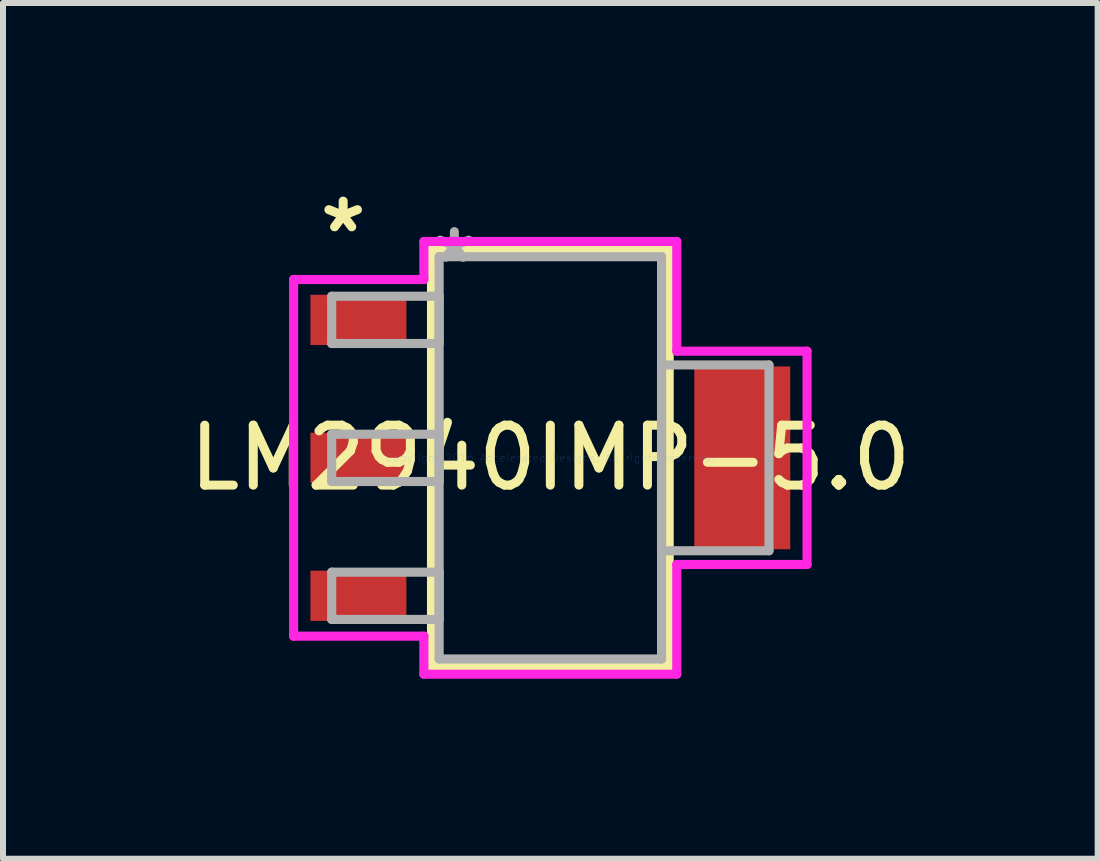
<source format=kicad_pcb>
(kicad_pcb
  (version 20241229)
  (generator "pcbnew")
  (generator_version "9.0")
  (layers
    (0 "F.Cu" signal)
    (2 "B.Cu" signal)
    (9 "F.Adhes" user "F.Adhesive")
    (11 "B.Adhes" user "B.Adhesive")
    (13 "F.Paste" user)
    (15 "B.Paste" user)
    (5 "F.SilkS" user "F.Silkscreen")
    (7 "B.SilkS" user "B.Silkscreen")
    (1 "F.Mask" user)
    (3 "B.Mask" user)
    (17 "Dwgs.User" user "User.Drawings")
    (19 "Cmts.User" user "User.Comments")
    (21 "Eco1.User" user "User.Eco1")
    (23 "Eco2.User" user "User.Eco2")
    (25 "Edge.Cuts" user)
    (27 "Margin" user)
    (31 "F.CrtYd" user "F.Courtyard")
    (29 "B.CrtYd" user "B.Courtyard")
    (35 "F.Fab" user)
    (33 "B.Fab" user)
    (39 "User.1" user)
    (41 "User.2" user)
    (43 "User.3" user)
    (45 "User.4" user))
  (footprint "LM2940IMP-5.0"
    (layer "F.Cu")
    (at 6.125 4.583)
    (property "Reference" "LM2940IMP-5.0" (at 0 0 0) (layer "F.SilkS") (effects (font (size 1 1) (thickness 0.15))))
    (attr through_hole)
    (fp_line (start -1.981 -3.48) (end -1.981 3.48) (stroke (width 0.152) (type solid)) (layer "F.SilkS"))
    (fp_line (start -1.981 3.48) (end 1.981 3.48) (stroke (width 0.152) (type solid)) (layer "F.SilkS"))
    (fp_line (start 1.981 -3.48) (end -1.981 -3.48) (stroke (width 0.152) (type solid)) (layer "F.SilkS"))
    (fp_line (start 1.981 3.48) (end 1.981 -3.48) (stroke (width 0.152) (type solid)) (layer "F.SilkS"))
    (fp_line (start -4.28 -2.973) (end -2.108 -2.973) (stroke (width 0.152) (type solid)) (layer "F.CrtYd"))
    (fp_line (start -4.28 2.973) (end -4.28 -2.973) (stroke (width 0.152) (type solid)) (layer "F.CrtYd"))
    (fp_line (start -2.108 -3.607) (end 2.108 -3.607) (stroke (width 0.152) (type solid)) (layer "F.CrtYd"))
    (fp_line (start -2.108 -2.973) (end -2.108 -3.607) (stroke (width 0.152) (type solid)) (layer "F.CrtYd"))
    (fp_line (start -2.108 2.973) (end -4.28 2.973) (stroke (width 0.152) (type solid)) (layer "F.CrtYd"))
    (fp_line (start -2.108 3.607) (end -2.108 2.973) (stroke (width 0.152) (type solid)) (layer "F.CrtYd"))
    (fp_line (start 2.108 -3.607) (end 2.108 -1.778) (stroke (width 0.152) (type solid)) (layer "F.CrtYd"))
    (fp_line (start 2.108 -1.778) (end 4.28 -1.778) (stroke (width 0.152) (type solid)) (layer "F.CrtYd"))
    (fp_line (start 2.108 1.778) (end 2.108 3.607) (stroke (width 0.152) (type solid)) (layer "F.CrtYd"))
    (fp_line (start 2.108 3.607) (end -2.108 3.607) (stroke (width 0.152) (type solid)) (layer "F.CrtYd"))
    (fp_line (start 4.28 -1.778) (end 4.28 1.778) (stroke (width 0.152) (type solid)) (layer "F.CrtYd"))
    (fp_line (start 4.28 1.778) (end 2.108 1.778) (stroke (width 0.152) (type solid)) (layer "F.CrtYd"))
    (fp_line (start -3.645 -2.694) (end -3.645 -1.906) (stroke (width 0.152) (type solid)) (layer "F.Fab"))
    (fp_line (start -3.645 -1.906) (end -1.854 -1.906) (stroke (width 0.152) (type solid)) (layer "F.Fab"))
    (fp_line (start -3.645 -0.394) (end -3.645 0.394) (stroke (width 0.152) (type solid)) (layer "F.Fab"))
    (fp_line (start -3.645 0.394) (end -1.854 0.394) (stroke (width 0.152) (type solid)) (layer "F.Fab"))
    (fp_line (start -3.645 1.906) (end -3.645 2.694) (stroke (width 0.152) (type solid)) (layer "F.Fab"))
    (fp_line (start -3.645 2.694) (end -1.854 2.694) (stroke (width 0.152) (type solid)) (layer "F.Fab"))
    (fp_line (start -1.854 -3.353) (end -1.854 3.353) (stroke (width 0.152) (type solid)) (layer "F.Fab"))
    (fp_line (start -1.854 -2.694) (end -3.645 -2.694) (stroke (width 0.152) (type solid)) (layer "F.Fab"))
    (fp_line (start -1.854 -1.906) (end -1.854 -2.694) (stroke (width 0.152) (type solid)) (layer "F.Fab"))
    (fp_line (start -1.854 -0.394) (end -3.645 -0.394) (stroke (width 0.152) (type solid)) (layer "F.Fab"))
    (fp_line (start -1.854 0.394) (end -1.854 -0.394) (stroke (width 0.152) (type solid)) (layer "F.Fab"))
    (fp_line (start -1.854 1.906) (end -3.645 1.906) (stroke (width 0.152) (type solid)) (layer "F.Fab"))
    (fp_line (start -1.854 2.694) (end -1.854 1.906) (stroke (width 0.152) (type solid)) (layer "F.Fab"))
    (fp_line (start -1.854 3.353) (end 1.854 3.353) (stroke (width 0.152) (type solid)) (layer "F.Fab"))
    (fp_line (start 1.854 -3.353) (end -1.854 -3.353) (stroke (width 0.152) (type solid)) (layer "F.Fab"))
    (fp_line (start 1.854 -1.549) (end 1.854 1.549) (stroke (width 0.152) (type solid)) (layer "F.Fab"))
    (fp_line (start 1.854 1.549) (end 3.645 1.549) (stroke (width 0.152) (type solid)) (layer "F.Fab"))
    (fp_line (start 1.854 3.353) (end 1.854 -3.353) (stroke (width 0.152) (type solid)) (layer "F.Fab"))
    (fp_line (start 3.645 -1.549) (end 1.854 -1.549) (stroke (width 0.152) (type solid)) (layer "F.Fab"))
    (fp_line (start 3.645 1.549) (end 3.645 -1.549) (stroke (width 0.152) (type solid)) (layer "F.Fab"))
    (fp_text user "*" (at -3.454 -3.735 0) (layer "F.SilkS") (effects (font (size 1 1) (thickness 0.15))))
    (fp_text user "Copyright 2016 Accelerated Designs. All rights reserved." (at 0 0 0) (layer "Cmts.User") (effects (font (size 0.127 0.127) (thickness 0.002))))
    (fp_text user "*" (at -1.6 -3.227 0) (layer "F.Fab") (effects (font (size 1 1) (thickness 0.15))))
    (pad "1" smd rect (at -3.2 -2.3) (size 1.6 0.838) (layers "F.Cu" "F.Mask" "F.Paste"))
    (pad "2" smd rect (at -3.2 0) (size 1.6 0.838) (layers "F.Cu" "F.Mask" "F.Paste"))
    (pad "3" smd rect (at -3.2 2.3) (size 1.6 0.838) (layers "F.Cu" "F.Mask" "F.Paste"))
    (pad "4" smd rect (at 3.2 0) (size 1.6 3.048) (layers "F.Cu" "F.Mask" "F.Paste")))
  (gr_rect
    (start -3 -3)
    (end 15.25 11.266)
    (stroke (width 0.1) (type default))
    (fill no)
    (layer "Edge.Cuts")))
</source>
